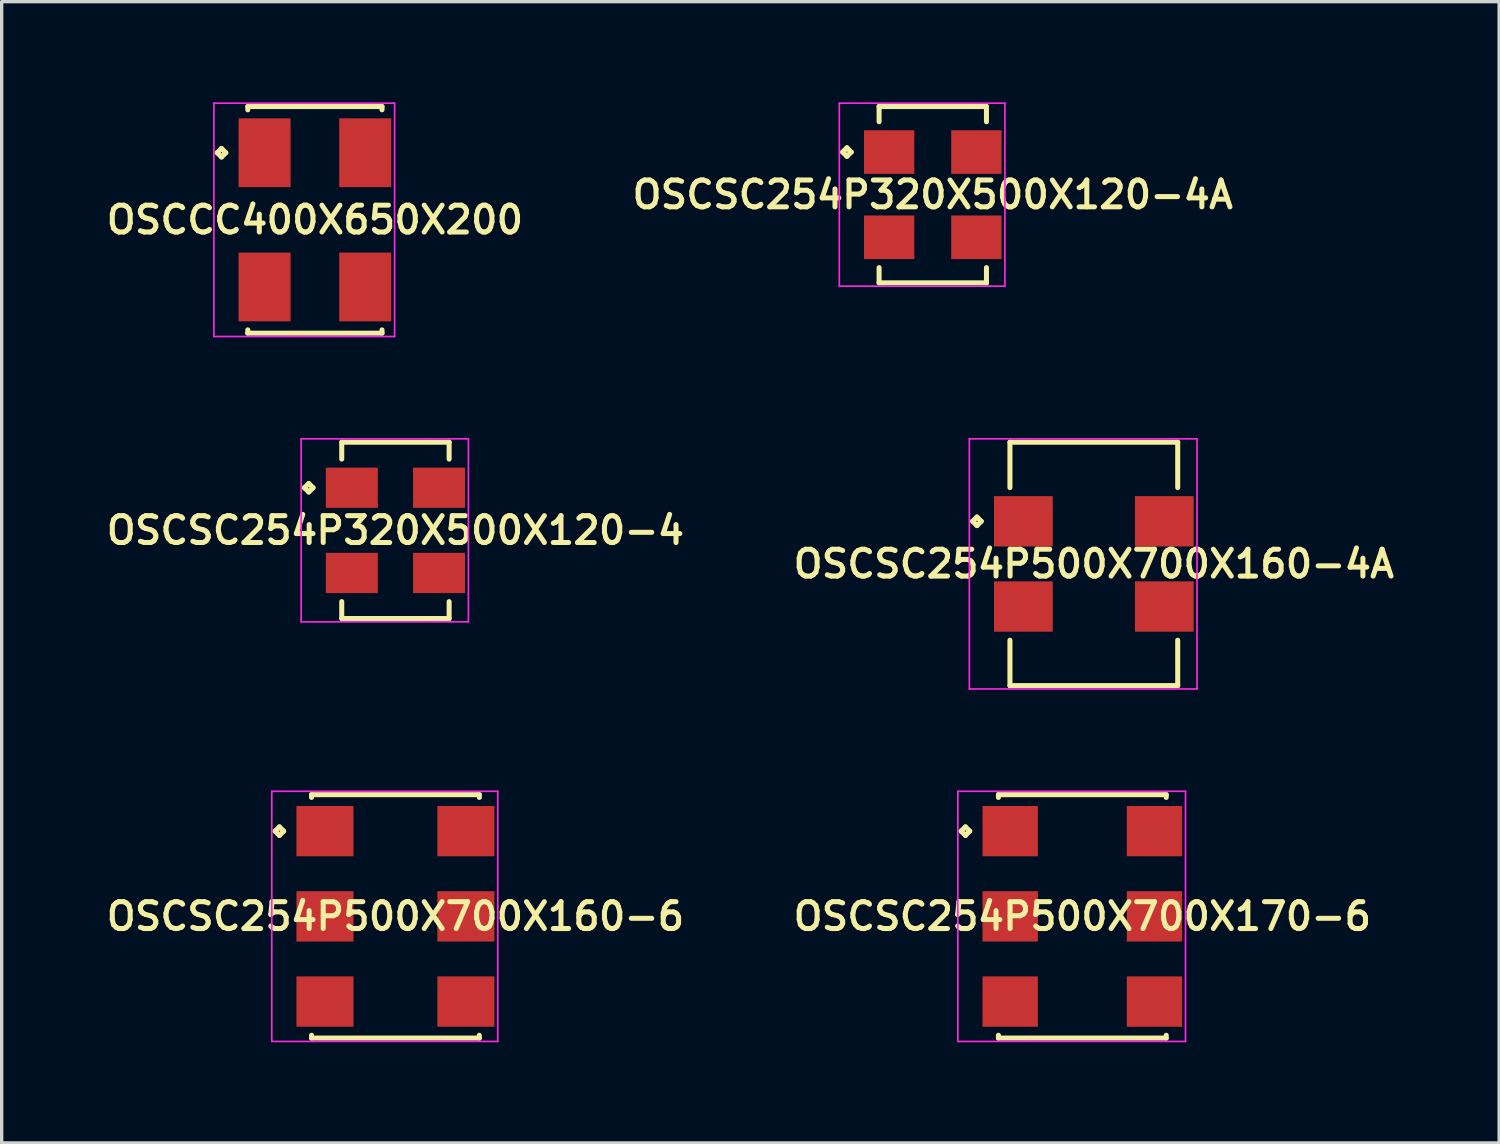
<source format=kicad_pcb>
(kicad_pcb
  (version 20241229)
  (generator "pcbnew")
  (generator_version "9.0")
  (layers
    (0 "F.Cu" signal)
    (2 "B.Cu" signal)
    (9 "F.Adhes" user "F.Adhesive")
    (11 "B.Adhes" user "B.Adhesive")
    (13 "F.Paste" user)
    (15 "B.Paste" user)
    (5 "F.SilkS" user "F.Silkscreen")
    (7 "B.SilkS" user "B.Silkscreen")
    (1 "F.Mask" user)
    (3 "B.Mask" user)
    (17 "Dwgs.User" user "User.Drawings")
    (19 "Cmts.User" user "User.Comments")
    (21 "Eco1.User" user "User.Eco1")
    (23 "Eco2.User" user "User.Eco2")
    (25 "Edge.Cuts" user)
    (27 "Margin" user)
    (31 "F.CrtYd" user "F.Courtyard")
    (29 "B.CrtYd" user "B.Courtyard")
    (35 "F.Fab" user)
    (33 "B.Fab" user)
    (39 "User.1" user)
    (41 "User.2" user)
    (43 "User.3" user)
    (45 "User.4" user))
  (footprint "OSCSC254P500X700X160-4A"
    (layer "F.Cu")
    (at 29.549 13.756)
    (property "Reference" "OSCSC254P500X700X160-4A" (at 0 0 0) (layer "F.SilkS") (effects (font (size 0.8 0.8) (thickness 0.15))))
    (attr smd)
    (fp_line (start -3.61 -1.27) (end -3.483 -1.397) (stroke (width 0.15) (type solid)) (layer "F.SilkS"))
    (fp_line (start -3.483 -1.397) (end -3.356 -1.27) (stroke (width 0.15) (type solid)) (layer "F.SilkS"))
    (fp_line (start -3.483 -1.143) (end -3.61 -1.27) (stroke (width 0.15) (type solid)) (layer "F.SilkS"))
    (fp_line (start -3.356 -1.27) (end -3.483 -1.143) (stroke (width 0.15) (type solid)) (layer "F.SilkS"))
    (fp_line (start -2.5 -3.627) (end 2.5 -3.627) (stroke (width 0.15) (type solid)) (layer "F.SilkS"))
    (fp_line (start -2.5 -2.274) (end -2.5 -3.627) (stroke (width 0.15) (type solid)) (layer "F.SilkS"))
    (fp_line (start -2.5 2.274) (end -2.5 3.627) (stroke (width 0.15) (type solid)) (layer "F.SilkS"))
    (fp_line (start -2.5 3.627) (end 2.5 3.627) (stroke (width 0.15) (type solid)) (layer "F.SilkS"))
    (fp_line (start 2.5 -3.627) (end 2.5 -2.274) (stroke (width 0.15) (type solid)) (layer "F.SilkS"))
    (fp_line (start 2.5 3.627) (end 2.5 2.274) (stroke (width 0.15) (type solid)) (layer "F.SilkS"))
    (fp_line (start -3.71 -3.727) (end 3.075 -3.727) (stroke (width 0.05) (type solid)) (layer "F.CrtYd"))
    (fp_line (start -3.71 3.727) (end -3.71 -3.727) (stroke (width 0.05) (type solid)) (layer "F.CrtYd"))
    (fp_line (start 3.075 -3.727) (end 3.075 3.727) (stroke (width 0.05) (type solid)) (layer "F.CrtYd"))
    (fp_line (start 3.075 3.727) (end -3.71 3.727) (stroke (width 0.05) (type solid)) (layer "F.CrtYd"))
    (pad "1" smd rect (at -2.1 -1.27) (size 1.75 1.5) (layers "F.Cu" "F.Mask" "F.Paste"))
    (pad "2" smd rect (at -2.1 1.27) (size 1.75 1.5) (layers "F.Cu" "F.Mask" "F.Paste"))
    (pad "3" smd rect (at 2.1 1.27) (size 1.75 1.5) (layers "F.Cu" "F.Mask" "F.Paste"))
    (pad "4" smd rect (at 2.1 -1.27) (size 1.75 1.5) (layers "F.Cu" "F.Mask" "F.Paste")))
  (footprint "OSCCC400X650X200"
    (layer "F.Cu")
    (at 6.335 3.502)
    (property "Reference" "OSCCC400X650X200" (at 0 0 0) (layer "F.SilkS") (effects (font (size 0.8 0.8) (thickness 0.15))))
    (attr smd)
    (fp_line (start -2.91 -2) (end -2.783 -2.127) (stroke (width 0.15) (type solid)) (layer "F.SilkS"))
    (fp_line (start -2.783 -2.127) (end -2.656 -2) (stroke (width 0.15) (type solid)) (layer "F.SilkS"))
    (fp_line (start -2.783 -1.873) (end -2.91 -2) (stroke (width 0.15) (type solid)) (layer "F.SilkS"))
    (fp_line (start -2.656 -2) (end -2.783 -1.873) (stroke (width 0.15) (type solid)) (layer "F.SilkS"))
    (fp_line (start -2 -3.377) (end 2 -3.377) (stroke (width 0.15) (type solid)) (layer "F.SilkS"))
    (fp_line (start -2 -3.279) (end -2 -3.377) (stroke (width 0.15) (type solid)) (layer "F.SilkS"))
    (fp_line (start -2 3.279) (end -2 3.377) (stroke (width 0.15) (type solid)) (layer "F.SilkS"))
    (fp_line (start -2 3.377) (end 2 3.377) (stroke (width 0.15) (type solid)) (layer "F.SilkS"))
    (fp_line (start 2 -3.377) (end 2 -3.279) (stroke (width 0.15) (type solid)) (layer "F.SilkS"))
    (fp_line (start 2 3.377) (end 2 3.279) (stroke (width 0.15) (type solid)) (layer "F.SilkS"))
    (fp_line (start -3.01 -3.477) (end 2.375 -3.477) (stroke (width 0.05) (type solid)) (layer "F.CrtYd"))
    (fp_line (start -3.01 3.477) (end -3.01 -3.477) (stroke (width 0.05) (type solid)) (layer "F.CrtYd"))
    (fp_line (start 2.375 -3.477) (end 2.375 3.477) (stroke (width 0.05) (type solid)) (layer "F.CrtYd"))
    (fp_line (start 2.375 3.477) (end -3.01 3.477) (stroke (width 0.05) (type solid)) (layer "F.CrtYd"))
    (pad "1" smd rect (at -1.5 -2) (size 1.55 2.05) (layers "F.Cu" "F.Mask" "F.Paste"))
    (pad "2" smd rect (at -1.5 2) (size 1.55 2.05) (layers "F.Cu" "F.Mask" "F.Paste"))
    (pad "3" smd rect (at 1.5 2) (size 1.55 2.05) (layers "F.Cu" "F.Mask" "F.Paste"))
    (pad "4" smd rect (at 1.5 -2) (size 1.55 2.05) (layers "F.Cu" "F.Mask" "F.Paste")))
  (footprint "OSCSC254P500X700X170-6"
    (layer "F.Cu")
    (at 29.206 24.26)
    (property "Reference" "OSCSC254P500X700X170-6" (at 0 0 0) (layer "F.SilkS") (effects (font (size 0.8 0.8) (thickness 0.15))))
    (attr smd)
    (fp_line (start -3.61 -2.54) (end -3.483 -2.667) (stroke (width 0.15) (type solid)) (layer "F.SilkS"))
    (fp_line (start -3.483 -2.667) (end -3.356 -2.54) (stroke (width 0.15) (type solid)) (layer "F.SilkS"))
    (fp_line (start -3.483 -2.413) (end -3.61 -2.54) (stroke (width 0.15) (type solid)) (layer "F.SilkS"))
    (fp_line (start -3.356 -2.54) (end -3.483 -2.413) (stroke (width 0.15) (type solid)) (layer "F.SilkS"))
    (fp_line (start -2.5 -3.627) (end 2.5 -3.627) (stroke (width 0.15) (type solid)) (layer "F.SilkS"))
    (fp_line (start -2.5 -3.544) (end -2.5 -3.627) (stroke (width 0.15) (type solid)) (layer "F.SilkS"))
    (fp_line (start -2.5 3.544) (end -2.5 3.627) (stroke (width 0.15) (type solid)) (layer "F.SilkS"))
    (fp_line (start -2.5 3.627) (end 2.5 3.627) (stroke (width 0.15) (type solid)) (layer "F.SilkS"))
    (fp_line (start 2.5 -3.627) (end 2.5 -3.544) (stroke (width 0.15) (type solid)) (layer "F.SilkS"))
    (fp_line (start 2.5 3.627) (end 2.5 3.544) (stroke (width 0.15) (type solid)) (layer "F.SilkS"))
    (fp_line (start -3.71 -3.727) (end 3.075 -3.727) (stroke (width 0.05) (type solid)) (layer "F.CrtYd"))
    (fp_line (start -3.71 3.727) (end -3.71 -3.727) (stroke (width 0.05) (type solid)) (layer "F.CrtYd"))
    (fp_line (start 3.075 -3.727) (end 3.075 3.727) (stroke (width 0.05) (type solid)) (layer "F.CrtYd"))
    (fp_line (start 3.075 3.727) (end -3.71 3.727) (stroke (width 0.05) (type solid)) (layer "F.CrtYd"))
    (pad "1" smd rect (at -2.15 -2.54) (size 1.65 1.5) (layers "F.Cu" "F.Mask" "F.Paste"))
    (pad "2" smd rect (at -2.15 0) (size 1.65 1.5) (layers "F.Cu" "F.Mask" "F.Paste"))
    (pad "3" smd rect (at -2.15 2.54) (size 1.65 1.5) (layers "F.Cu" "F.Mask" "F.Paste"))
    (pad "4" smd rect (at 2.15 2.54) (size 1.65 1.5) (layers "F.Cu" "F.Mask" "F.Paste"))
    (pad "5" smd rect (at 2.15 0) (size 1.65 1.5) (layers "F.Cu" "F.Mask" "F.Paste"))
    (pad "6" smd rect (at 2.15 -2.54) (size 1.65 1.5) (layers "F.Cu" "F.Mask" "F.Paste")))
  (footprint "OSCSC254P320X500X120-4A"
    (layer "F.Cu")
    (at 24.749 2.752)
    (property "Reference" "OSCSC254P320X500X120-4A" (at 0 0 0) (layer "F.SilkS") (effects (font (size 0.8 0.8) (thickness 0.15))))
    (attr smd)
    (fp_line (start -2.685 -1.27) (end -2.558 -1.397) (stroke (width 0.15) (type solid)) (layer "F.SilkS"))
    (fp_line (start -2.558 -1.397) (end -2.431 -1.27) (stroke (width 0.15) (type solid)) (layer "F.SilkS"))
    (fp_line (start -2.558 -1.143) (end -2.685 -1.27) (stroke (width 0.15) (type solid)) (layer "F.SilkS"))
    (fp_line (start -2.431 -1.27) (end -2.558 -1.143) (stroke (width 0.15) (type solid)) (layer "F.SilkS"))
    (fp_line (start -1.6 -2.627) (end 1.6 -2.627) (stroke (width 0.15) (type solid)) (layer "F.SilkS"))
    (fp_line (start -1.6 -2.174) (end -1.6 -2.627) (stroke (width 0.15) (type solid)) (layer "F.SilkS"))
    (fp_line (start -1.6 2.174) (end -1.6 2.627) (stroke (width 0.15) (type solid)) (layer "F.SilkS"))
    (fp_line (start -1.6 2.627) (end 1.6 2.627) (stroke (width 0.15) (type solid)) (layer "F.SilkS"))
    (fp_line (start 1.6 -2.627) (end 1.6 -2.174) (stroke (width 0.15) (type solid)) (layer "F.SilkS"))
    (fp_line (start 1.6 2.627) (end 1.6 2.174) (stroke (width 0.15) (type solid)) (layer "F.SilkS"))
    (fp_line (start -2.785 -2.727) (end 2.15 -2.727) (stroke (width 0.05) (type solid)) (layer "F.CrtYd"))
    (fp_line (start -2.785 2.727) (end -2.785 -2.727) (stroke (width 0.05) (type solid)) (layer "F.CrtYd"))
    (fp_line (start 2.15 -2.727) (end 2.15 2.727) (stroke (width 0.05) (type solid)) (layer "F.CrtYd"))
    (fp_line (start 2.15 2.727) (end -2.785 2.727) (stroke (width 0.05) (type solid)) (layer "F.CrtYd"))
    (pad "1" smd rect (at -1.3 -1.27) (size 1.5 1.3) (layers "F.Cu" "F.Mask" "F.Paste"))
    (pad "2" smd rect (at -1.3 1.27) (size 1.5 1.3) (layers "F.Cu" "F.Mask" "F.Paste"))
    (pad "3" smd rect (at 1.3 1.27) (size 1.5 1.3) (layers "F.Cu" "F.Mask" "F.Paste"))
    (pad "4" smd rect (at 1.3 -1.27) (size 1.5 1.3) (layers "F.Cu" "F.Mask" "F.Paste")))
  (footprint "OSCSC254P500X700X160-6"
    (layer "F.Cu")
    (at 8.735 24.26)
    (property "Reference" "OSCSC254P500X700X160-6" (at 0 0 0) (layer "F.SilkS") (effects (font (size 0.8 0.8) (thickness 0.15))))
    (attr smd)
    (fp_line (start -3.585 -2.54) (end -3.458 -2.667) (stroke (width 0.15) (type solid)) (layer "F.SilkS"))
    (fp_line (start -3.458 -2.667) (end -3.331 -2.54) (stroke (width 0.15) (type solid)) (layer "F.SilkS"))
    (fp_line (start -3.458 -2.413) (end -3.585 -2.54) (stroke (width 0.15) (type solid)) (layer "F.SilkS"))
    (fp_line (start -3.331 -2.54) (end -3.458 -2.413) (stroke (width 0.15) (type solid)) (layer "F.SilkS"))
    (fp_line (start -2.5 -3.627) (end 2.5 -3.627) (stroke (width 0.15) (type solid)) (layer "F.SilkS"))
    (fp_line (start -2.5 -3.544) (end -2.5 -3.627) (stroke (width 0.15) (type solid)) (layer "F.SilkS"))
    (fp_line (start -2.5 3.544) (end -2.5 3.627) (stroke (width 0.15) (type solid)) (layer "F.SilkS"))
    (fp_line (start -2.5 3.627) (end 2.5 3.627) (stroke (width 0.15) (type solid)) (layer "F.SilkS"))
    (fp_line (start 2.5 -3.627) (end 2.5 -3.544) (stroke (width 0.15) (type solid)) (layer "F.SilkS"))
    (fp_line (start 2.5 3.627) (end 2.5 3.544) (stroke (width 0.15) (type solid)) (layer "F.SilkS"))
    (fp_line (start -3.685 -3.727) (end 3.05 -3.727) (stroke (width 0.05) (type solid)) (layer "F.CrtYd"))
    (fp_line (start -3.685 3.727) (end -3.685 -3.727) (stroke (width 0.05) (type solid)) (layer "F.CrtYd"))
    (fp_line (start 3.05 -3.727) (end 3.05 3.727) (stroke (width 0.05) (type solid)) (layer "F.CrtYd"))
    (fp_line (start 3.05 3.727) (end -3.685 3.727) (stroke (width 0.05) (type solid)) (layer "F.CrtYd"))
    (pad "1" smd rect (at -2.1 -2.54) (size 1.7 1.5) (layers "F.Cu" "F.Mask" "F.Paste"))
    (pad "2" smd rect (at -2.1 0) (size 1.7 1.5) (layers "F.Cu" "F.Mask" "F.Paste"))
    (pad "3" smd rect (at -2.1 2.54) (size 1.7 1.5) (layers "F.Cu" "F.Mask" "F.Paste"))
    (pad "4" smd rect (at 2.1 2.54) (size 1.7 1.5) (layers "F.Cu" "F.Mask" "F.Paste"))
    (pad "5" smd rect (at 2.1 0) (size 1.7 1.5) (layers "F.Cu" "F.Mask" "F.Paste"))
    (pad "6" smd rect (at 2.1 -2.54) (size 1.7 1.5) (layers "F.Cu" "F.Mask" "F.Paste")))
  (footprint "OSCSC254P320X500X120-4"
    (layer "F.Cu")
    (at 8.735 12.756)
    (property "Reference" "OSCSC254P320X500X120-4" (at 0 0 0) (layer "F.SilkS") (effects (font (size 0.8 0.8) (thickness 0.15))))
    (attr smd)
    (fp_line (start -2.71 -1.27) (end -2.583 -1.397) (stroke (width 0.15) (type solid)) (layer "F.SilkS"))
    (fp_line (start -2.583 -1.397) (end -2.456 -1.27) (stroke (width 0.15) (type solid)) (layer "F.SilkS"))
    (fp_line (start -2.583 -1.143) (end -2.71 -1.27) (stroke (width 0.15) (type solid)) (layer "F.SilkS"))
    (fp_line (start -2.456 -1.27) (end -2.583 -1.143) (stroke (width 0.15) (type solid)) (layer "F.SilkS"))
    (fp_line (start -1.6 -2.627) (end 1.6 -2.627) (stroke (width 0.15) (type solid)) (layer "F.SilkS"))
    (fp_line (start -1.6 -2.124) (end -1.6 -2.627) (stroke (width 0.15) (type solid)) (layer "F.SilkS"))
    (fp_line (start -1.6 2.124) (end -1.6 2.627) (stroke (width 0.15) (type solid)) (layer "F.SilkS"))
    (fp_line (start -1.6 2.627) (end 1.6 2.627) (stroke (width 0.15) (type solid)) (layer "F.SilkS"))
    (fp_line (start 1.6 -2.627) (end 1.6 -2.124) (stroke (width 0.15) (type solid)) (layer "F.SilkS"))
    (fp_line (start 1.6 2.627) (end 1.6 2.124) (stroke (width 0.15) (type solid)) (layer "F.SilkS"))
    (fp_line (start -2.81 -2.727) (end 2.175 -2.727) (stroke (width 0.05) (type solid)) (layer "F.CrtYd"))
    (fp_line (start -2.81 2.727) (end -2.81 -2.727) (stroke (width 0.05) (type solid)) (layer "F.CrtYd"))
    (fp_line (start 2.175 -2.727) (end 2.175 2.727) (stroke (width 0.05) (type solid)) (layer "F.CrtYd"))
    (fp_line (start 2.175 2.727) (end -2.81 2.727) (stroke (width 0.05) (type solid)) (layer "F.CrtYd"))
    (pad "1" smd rect (at -1.3 -1.27) (size 1.55 1.2) (layers "F.Cu" "F.Mask" "F.Paste"))
    (pad "2" smd rect (at -1.3 1.27) (size 1.55 1.2) (layers "F.Cu" "F.Mask" "F.Paste"))
    (pad "3" smd rect (at 1.3 1.27) (size 1.55 1.2) (layers "F.Cu" "F.Mask" "F.Paste"))
    (pad "4" smd rect (at 1.3 -1.27) (size 1.55 1.2) (layers "F.Cu" "F.Mask" "F.Paste")))
  (gr_rect
    (start -3 -3)
    (end 41.628 31.012)
    (stroke (width 0.1) (type default))
    (fill no)
    (layer "Edge.Cuts")))
</source>
